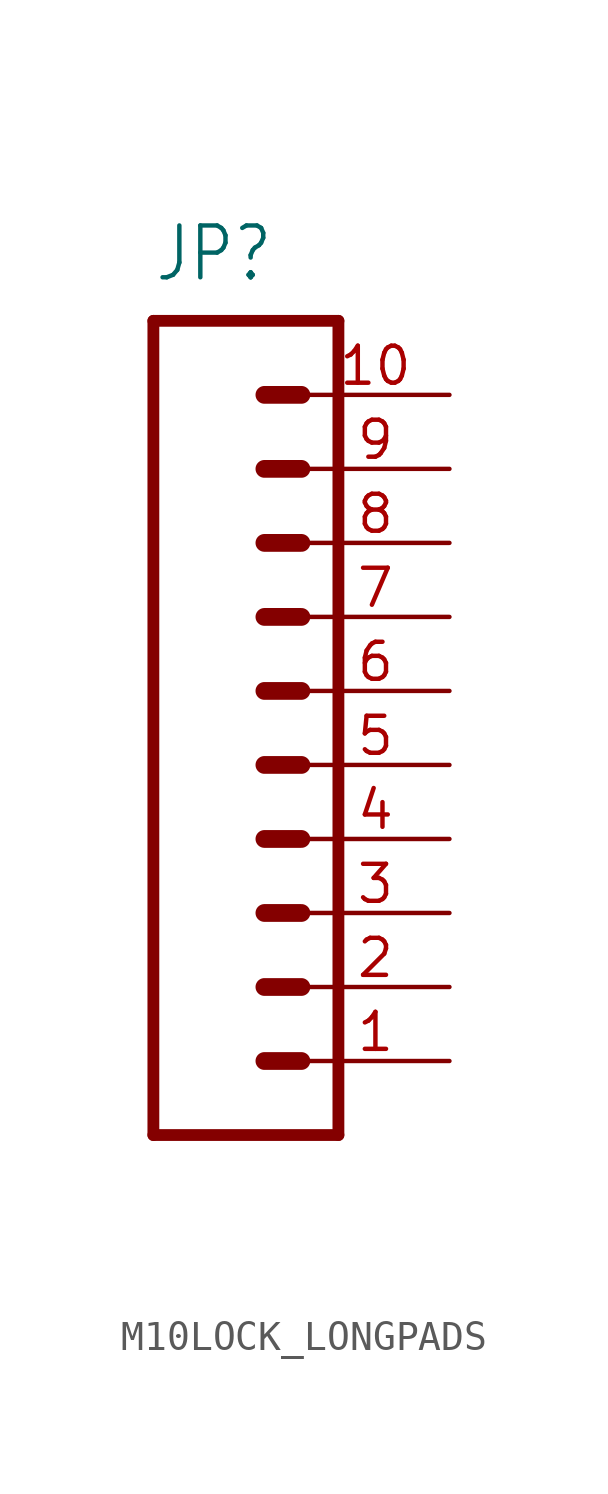
<source format=kicad_sym>
(kicad_symbol_lib
  (version 20220914)
  (generator kicad_symbol_editor)
  (symbol "M10LOCK_LONGPADS"
    (property "Reference" "JP"
      (at 0 8.89 0)
      (effects (font (size 1.778 1.511)) (justify left bottom)))
    (property "Value" ""
      (at 0 -22.86 0)
      (effects (font (size 1.778 1.511)) (justify left bottom)))
    (property "ki_locked" ""
      (at 0 0 0)
      (effects (font (size 1.27 1.27))))
    (symbol "M10LOCK_LONGPADS_1_0"
      (polyline (pts (xy 0 7.62) (xy 0 -20.32)) (stroke (width 0.406) (type solid)) (fill (type none)))
      (polyline (pts (xy 0 7.62) (xy 6.35 7.62)) (stroke (width 0.406) (type solid)) (fill (type none)))
      (polyline (pts (xy 3.81 -17.78) (xy 5.08 -17.78)) (stroke (width 0.61) (type solid)) (fill (type none)))
      (polyline (pts (xy 3.81 -15.24) (xy 5.08 -15.24)) (stroke (width 0.61) (type solid)) (fill (type none)))
      (polyline (pts (xy 3.81 -12.7) (xy 5.08 -12.7)) (stroke (width 0.61) (type solid)) (fill (type none)))
      (polyline (pts (xy 3.81 -10.16) (xy 5.08 -10.16)) (stroke (width 0.61) (type solid)) (fill (type none)))
      (polyline (pts (xy 3.81 -7.62) (xy 5.08 -7.62)) (stroke (width 0.61) (type solid)) (fill (type none)))
      (polyline (pts (xy 3.81 -5.08) (xy 5.08 -5.08)) (stroke (width 0.61) (type solid)) (fill (type none)))
      (polyline (pts (xy 3.81 -2.54) (xy 5.08 -2.54)) (stroke (width 0.61) (type solid)) (fill (type none)))
      (polyline (pts (xy 3.81 0) (xy 5.08 0)) (stroke (width 0.61) (type solid)) (fill (type none)))
      (polyline (pts (xy 3.81 2.54) (xy 5.08 2.54)) (stroke (width 0.61) (type solid)) (fill (type none)))
      (polyline (pts (xy 3.81 5.08) (xy 5.08 5.08)) (stroke (width 0.61) (type solid)) (fill (type none)))
      (polyline (pts (xy 6.35 -20.32) (xy 0 -20.32)) (stroke (width 0.406) (type solid)) (fill (type none)))
      (polyline (pts (xy 6.35 -20.32) (xy 6.35 7.62)) (stroke (width 0.406) (type solid)) (fill (type none)))
      (pin passive line (at 10.16 -17.78 180) (length 5.08) (name "1" (effects (font (size 0 0)))) (number "1" (effects (font (size 1.27 1.27)))))
      (pin passive line (at 10.16 5.08 180) (length 5.08) (name "10" (effects (font (size 0 0)))) (number "10" (effects (font (size 1.27 1.27)))))
      (pin passive line (at 10.16 -15.24 180) (length 5.08) (name "2" (effects (font (size 0 0)))) (number "2" (effects (font (size 1.27 1.27)))))
      (pin passive line (at 10.16 -12.7 180) (length 5.08) (name "3" (effects (font (size 0 0)))) (number "3" (effects (font (size 1.27 1.27)))))
      (pin passive line (at 10.16 -10.16 180) (length 5.08) (name "4" (effects (font (size 0 0)))) (number "4" (effects (font (size 1.27 1.27)))))
      (pin passive line (at 10.16 -7.62 180) (length 5.08) (name "5" (effects (font (size 0 0)))) (number "5" (effects (font (size 1.27 1.27)))))
      (pin passive line (at 10.16 -5.08 180) (length 5.08) (name "6" (effects (font (size 0 0)))) (number "6" (effects (font (size 1.27 1.27)))))
      (pin passive line (at 10.16 -2.54 180) (length 5.08) (name "7" (effects (font (size 0 0)))) (number "7" (effects (font (size 1.27 1.27)))))
      (pin passive line (at 10.16 0 180) (length 5.08) (name "8" (effects (font (size 0 0)))) (number "8" (effects (font (size 1.27 1.27)))))
      (pin passive line (at 10.16 2.54 180) (length 5.08) (name "9" (effects (font (size 0 0)))) (number "9" (effects (font (size 1.27 1.27))))))))
</source>
